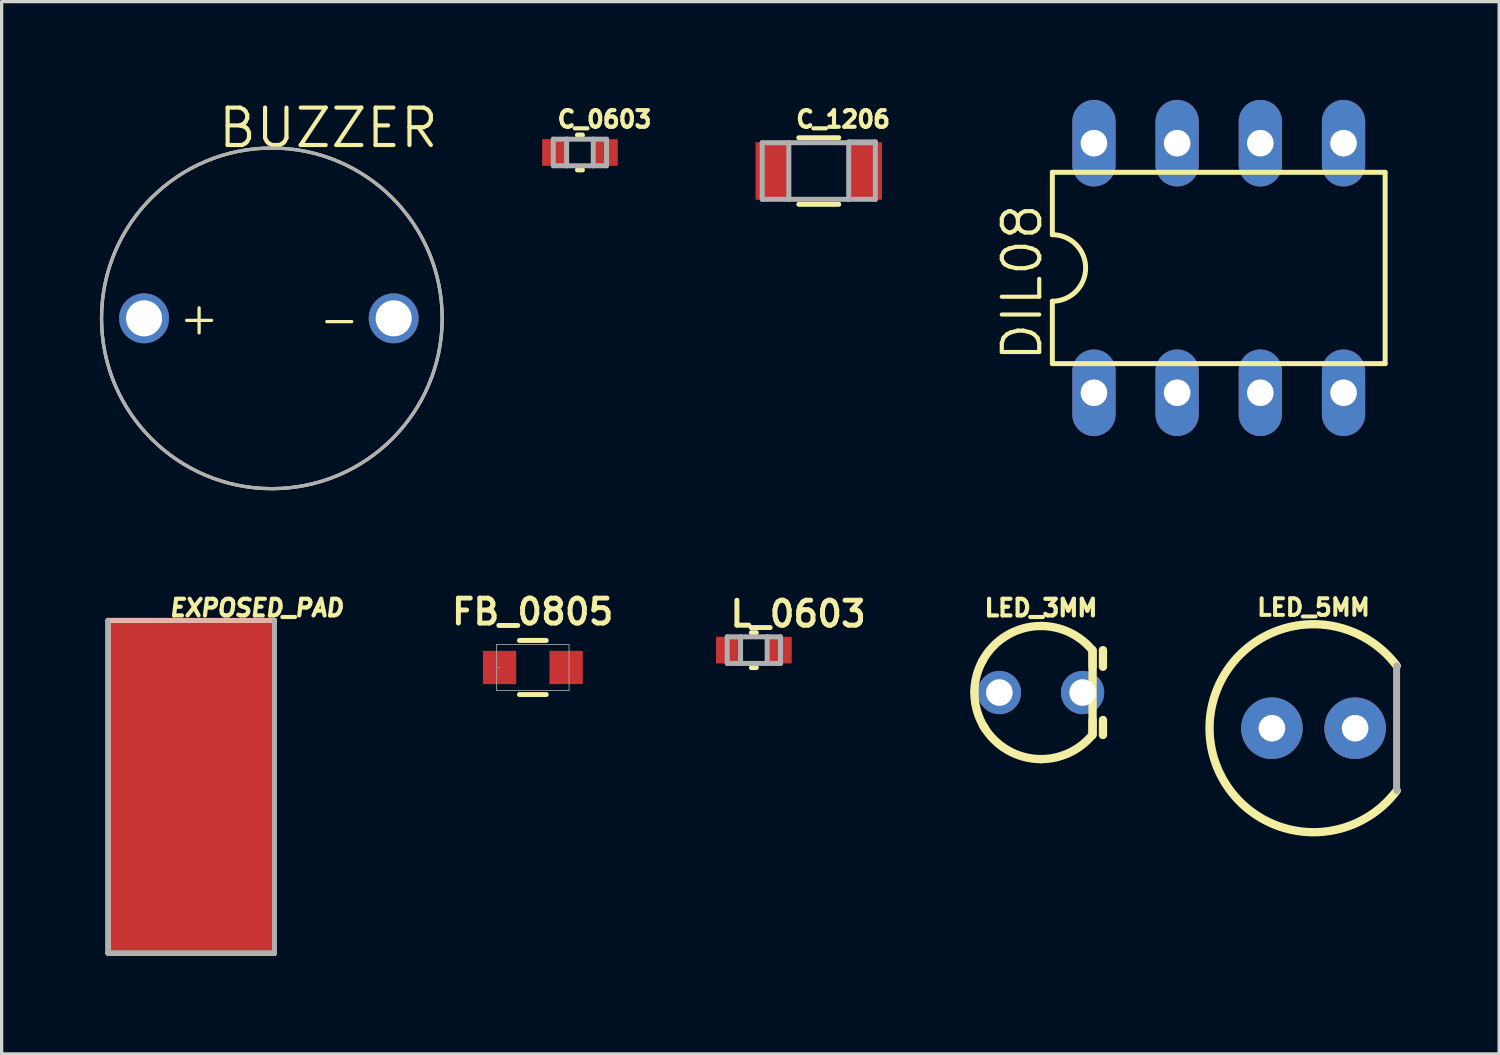
<source format=kicad_pcb>
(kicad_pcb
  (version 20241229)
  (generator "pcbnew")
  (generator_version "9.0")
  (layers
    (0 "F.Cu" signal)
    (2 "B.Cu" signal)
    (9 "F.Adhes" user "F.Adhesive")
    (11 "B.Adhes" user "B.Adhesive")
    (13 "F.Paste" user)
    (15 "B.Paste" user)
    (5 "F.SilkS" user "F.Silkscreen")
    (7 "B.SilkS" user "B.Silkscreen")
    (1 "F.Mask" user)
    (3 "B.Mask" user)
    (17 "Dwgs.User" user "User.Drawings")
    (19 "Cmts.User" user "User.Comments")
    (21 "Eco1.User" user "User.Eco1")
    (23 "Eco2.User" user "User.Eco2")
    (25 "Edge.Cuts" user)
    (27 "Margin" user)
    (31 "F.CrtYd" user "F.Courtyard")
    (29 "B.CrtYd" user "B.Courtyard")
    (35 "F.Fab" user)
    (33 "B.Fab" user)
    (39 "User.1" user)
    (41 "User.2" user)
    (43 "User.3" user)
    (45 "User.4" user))
  (footprint "DIL08"
    (layer "F.Cu")
    (at 34.159 5.131)
    (property "Reference" "DIL08" (at -5.334 2.921 90) (layer "F.SilkS") (effects (font (size 1.143 1.143) (thickness 0.127)) (justify left bottom)))
    (attr through_hole)
    (fp_line (start -5.08 -2.921) (end -5.08 -1.016) (stroke (width 0.152) (type solid)) (layer "F.SilkS"))
    (fp_line (start -5.08 2.921) (end -5.08 1.016) (stroke (width 0.152) (type solid)) (layer "F.SilkS"))
    (fp_line (start -5.08 2.921) (end 5.08 2.921) (stroke (width 0.152) (type solid)) (layer "F.SilkS"))
    (fp_line (start 5.08 -2.921) (end -5.08 -2.921) (stroke (width 0.152) (type solid)) (layer "F.SilkS"))
    (fp_line (start 5.08 -2.921) (end 5.08 2.921) (stroke (width 0.152) (type solid)) (layer "F.SilkS"))
    (fp_arc (start -5.08 -1.016) (mid -4.064 0) (end -5.08 1.016) (stroke (width 0.1524) (type solid)) (layer "F.SilkS"))
    (pad "1" thru_hole oval (at -3.81 3.81 90) (size 2.642 1.321) (drill 0.813) (layers "*.Cu" "*.Mask"))
    (pad "2" thru_hole oval (at -1.27 3.81 90) (size 2.642 1.321) (drill 0.813) (layers "*.Cu" "*.Mask"))
    (pad "3" thru_hole oval (at 1.27 3.81 90) (size 2.642 1.321) (drill 0.813) (layers "*.Cu" "*.Mask"))
    (pad "4" thru_hole oval (at 3.81 3.81 90) (size 2.642 1.321) (drill 0.813) (layers "*.Cu" "*.Mask"))
    (pad "5" thru_hole oval (at 3.81 -3.81 90) (size 2.642 1.321) (drill 0.813) (layers "*.Cu" "*.Mask"))
    (pad "6" thru_hole oval (at 1.27 -3.81 90) (size 2.642 1.321) (drill 0.813) (layers "*.Cu" "*.Mask"))
    (pad "7" thru_hole oval (at -1.27 -3.81 90) (size 2.642 1.321) (drill 0.813) (layers "*.Cu" "*.Mask"))
    (pad "8" thru_hole oval (at -3.81 -3.81 90) (size 2.642 1.321) (drill 0.813) (layers "*.Cu" "*.Mask")))
  (footprint "LED_5MM"
    (layer "F.Cu")
    (at 37.053 19.183)
    (property "Reference" "LED_5MM" (at 0 -3.391 0) (layer "F.SilkS") (effects (font (size 0.508 0.508) (thickness 0.122)) (justify bottom)))
    (attr through_hole)
    (fp_poly (pts (xy -1.111 -0.483) (xy -0.969 -0.408) (xy -0.853 -0.289) (xy -0.763 0.006) (xy -0.79 0.166) (xy -0.862 0.305) (xy -0.974 0.415) (xy -1.115 0.486) (xy -1.261 0.507) (xy -1.27 0.445) (xy -1.278 0.507) (xy -1.423 0.488) (xy -1.564 0.42) (xy -1.68 0.309) (xy -1.779 0.027) (xy -1.757 -0.139) (xy -1.687 -0.286) (xy -1.571 -0.408) (xy -1.275 -0.512)) (stroke (width 0) (type default)) (fill yes) (layer "F.Mask"))
    (fp_poly (pts (xy 1.429 -0.483) (xy 1.571 -0.408) (xy 1.687 -0.289) (xy 1.773 -0.008) (xy 1.712 0.01) (xy 1.775 0.021) (xy 1.75 0.166) (xy 1.678 0.305) (xy 1.566 0.415) (xy 1.425 0.486) (xy 1.279 0.507) (xy 1.27 0.445) (xy 1.262 0.507) (xy 1.117 0.488) (xy 0.976 0.42) (xy 0.86 0.309) (xy 0.761 0.027) (xy 0.783 -0.139) (xy 0.853 -0.286) (xy 0.969 -0.408) (xy 1.265 -0.512)) (stroke (width 0) (type default)) (fill yes) (layer "F.Mask"))
    (fp_poly (pts (xy 1.471 -0.994) (xy 1.663 -0.932) (xy 1.839 -0.835) (xy 1.993 -0.705) (xy 2.119 -0.547) (xy 2.211 -0.368) (xy 2.267 -0.174) (xy 2.283 0.02) (xy 2.22 0.025) (xy 2.283 0.032) (xy 2.262 0.221) (xy 2.203 0.408) (xy 2.109 0.58) (xy 1.983 0.731) (xy 1.83 0.854) (xy 1.656 0.944) (xy 1.467 0.999) (xy 1.278 1.016) (xy 1.272 0.953) (xy 1.267 1.016) (xy 1.077 1) (xy 0.887 0.945) (xy 0.712 0.854) (xy 0.558 0.731) (xy 0.431 0.58) (xy 0.334 0.405) (xy 0.254 0.027) (xy 0.271 -0.177) (xy 0.327 -0.371) (xy 0.42 -0.549) (xy 0.546 -0.707) (xy 0.7 -0.836) (xy 0.88 -0.935) (xy 1.267 -1.017)) (stroke (width 0) (type default)) (fill yes) (layer "B.Mask"))
    (fp_poly (pts (xy -1.069 -0.994) (xy -0.877 -0.932) (xy -0.701 -0.835) (xy -0.547 -0.705) (xy -0.421 -0.547) (xy -0.329 -0.368) (xy -0.273 -0.174) (xy -0.257 0.02) (xy -0.32 0.025) (xy -0.257 0.032) (xy -0.278 0.221) (xy -0.337 0.408) (xy -0.431 0.58) (xy -0.557 0.731) (xy -0.71 0.854) (xy -0.884 0.944) (xy -1.073 0.999) (xy -1.262 1.016) (xy -1.267 0.953) (xy -1.273 1.016) (xy -1.463 1) (xy -1.653 0.945) (xy -1.828 0.854) (xy -1.982 0.731) (xy -2.109 0.58) (xy -2.206 0.405) (xy -2.285 0.036) (xy -2.222 0.023) (xy -2.286 0.017) (xy -2.269 -0.177) (xy -2.213 -0.371) (xy -2.12 -0.549) (xy -1.994 -0.707) (xy -1.84 -0.836) (xy -1.66 -0.935) (xy -1.273 -1.017)) (stroke (width 0) (type default)) (fill yes) (layer "B.Mask"))
    (fp_line (start 2.54 1.905) (end 2.54 -1.905) (stroke (width 0.203) (type solid)) (layer "F.SilkS"))
    (fp_arc (start 2.54 1.905) (mid -3.174998 0) (end 2.54 -1.905) (stroke (width 0.254) (type solid)) (layer "F.SilkS"))
    (fp_line (start 2.54 1.905) (end 2.54 -1.905) (stroke (width 0.203) (type solid)) (layer "F.Fab"))
    (pad "A" thru_hole circle (at -1.27 0) (size 1.88 1.88) (drill 0.813) (layers "*.Cu"))
    (pad "K" thru_hole circle (at 1.27 0) (size 1.88 1.88) (drill 0.813) (layers "*.Cu")))
  (footprint "FB_0805"
    (layer "F.Cu")
    (at 13.218 17.329)
    (property "Reference" "FB_0805" (at -0.005 -1.701 0) (unlocked yes) (layer "F.SilkS") (effects (font (size 0.762 0.762) (thickness 0.15))))
    (attr smd)
    (fp_line (start -0.408 0.826) (end 0.408 0.826) (stroke (width 0.152) (type solid)) (layer "F.SilkS"))
    (fp_line (start 0.408 -0.826) (end -0.408 -0.826) (stroke (width 0.152) (type solid)) (layer "F.SilkS"))
    (fp_line (start -1.105 -0.699) (end -1.105 0.699) (stroke (width 0.025) (type solid)) (layer "F.Fab"))
    (fp_line (start -1.105 0.699) (end 1.105 0.699) (stroke (width 0.025) (type solid)) (layer "F.Fab"))
    (fp_line (start 1.105 -0.699) (end -1.105 -0.699) (stroke (width 0.025) (type solid)) (layer "F.Fab"))
    (fp_line (start 1.105 0.699) (end 1.105 -0.699) (stroke (width 0.025) (type solid)) (layer "F.Fab"))
    (fp_circle (center -1.029 0) (end -1.029 0) (stroke (width 0.025) (type solid)) (fill no) (layer "F.Fab"))
    (pad "1" smd rect (at -1.016 0) (size 1.016 1.016) (layers "F.Cu" "F.Mask" "F.Paste"))
    (pad "2" smd rect (at 1.016 0) (size 1.016 1.016) (layers "F.Cu" "F.Mask" "F.Paste")))
  (footprint "EXPOSED_PAD"
    (layer "F.Cu")
    (at 0.25 15.891)
    (property "Reference" "EXPOSED_PAD" (at 1.812 -0.083 0) (layer "F.SilkS") (effects (font (size 0.508 0.508) (thickness 0.127) (italic yes)) (justify left bottom)))
    (attr smd)
    (fp_line (start 0 0) (end 0 10.16) (stroke (width 0.152) (type solid)) (layer "F.SilkS"))
    (fp_line (start 5.08 0) (end 0 0) (stroke (width 0.152) (type solid)) (layer "F.SilkS"))
    (fp_line (start 5.08 0) (end 5.08 10.16) (stroke (width 0.152) (type solid)) (layer "F.SilkS"))
    (fp_line (start 5.08 10.16) (end 0 10.16) (stroke (width 0.152) (type solid)) (layer "F.SilkS"))
    (fp_line (start 0 0) (end 0 10.16) (stroke (width 0.152) (type solid)) (layer "B.SilkS"))
    (fp_line (start 5.08 0) (end 0 0) (stroke (width 0.152) (type solid)) (layer "B.SilkS"))
    (fp_line (start 5.08 0) (end 5.08 10.16) (stroke (width 0.152) (type solid)) (layer "B.SilkS"))
    (fp_line (start 5.08 10.16) (end 0 10.16) (stroke (width 0.152) (type solid)) (layer "B.SilkS"))
    (fp_line (start 0 0) (end 0 10.16) (stroke (width 0.152) (type solid)) (layer "F.Fab"))
    (fp_line (start 5.08 0) (end 5.08 10.16) (stroke (width 0.152) (type solid)) (layer "F.Fab"))
    (fp_line (start 5.08 10.16) (end 0 10.16) (stroke (width 0.152) (type solid)) (layer "F.Fab"))
    (pad "1" smd rect (at 2.54 5.08) (size 5 10) (layers "F.Cu" "F.Mask" "F.Paste")))
  (footprint "C_1206"
    (layer "F.Cu")
    (at 21.948 2.171)
    (property "Reference" "C_1206" (at -0.756 -1.282 0) (layer "F.SilkS") (effects (font (size 0.508 0.508) (thickness 0.127)) (justify left bottom)))
    (attr smd)
    (fp_line (start -0.61 1.016) (end 0.61 1.016) (stroke (width 0.152) (type solid)) (layer "F.SilkS"))
    (fp_line (start 0.61 -1.016) (end -0.61 -1.016) (stroke (width 0.152) (type solid)) (layer "F.SilkS"))
    (fp_line (start -1.727 -0.864) (end -1.727 0.864) (stroke (width 0.152) (type solid)) (layer "F.Fab"))
    (fp_line (start -1.727 0.864) (end -0.914 0.864) (stroke (width 0.152) (type solid)) (layer "F.Fab"))
    (fp_line (start -0.914 -0.864) (end -1.727 -0.864) (stroke (width 0.152) (type solid)) (layer "F.Fab"))
    (fp_line (start -0.914 0.864) (end -0.914 -0.864) (stroke (width 0.152) (type solid)) (layer "F.Fab"))
    (fp_line (start -0.914 0.864) (end 0.914 0.864) (stroke (width 0.152) (type solid)) (layer "F.Fab"))
    (fp_line (start 0.914 -0.889) (end 0.914 0.864) (stroke (width 0.152) (type solid)) (layer "F.Fab"))
    (fp_line (start 0.914 0.864) (end 1.727 0.864) (stroke (width 0.152) (type solid)) (layer "F.Fab"))
    (fp_line (start 1.727 -0.889) (end 0.914 -0.889) (stroke (width 0.152) (type solid)) (layer "F.Fab"))
    (fp_line (start 1.727 -0.864) (end -0.914 -0.864) (stroke (width 0.152) (type solid)) (layer "F.Fab"))
    (fp_line (start 1.727 -0.864) (end 1.727 -0.889) (stroke (width 0.152) (type solid)) (layer "F.Fab"))
    (fp_line (start 1.727 0.864) (end 1.727 -0.864) (stroke (width 0.152) (type solid)) (layer "F.Fab"))
    (pad "1" smd rect (at -1.422 0) (size 1.016 1.753) (layers "F.Cu" "F.Mask" "F.Paste"))
    (pad "2" smd rect (at 1.422 0) (size 1.016 1.753) (layers "F.Cu" "F.Mask" "F.Paste")))
  (footprint "BUZZER"
    (layer "F.Cu")
    (at 1.349 6.669)
    (property "Reference" "BUZZER" (at 2.195 -5.145 0) (layer "F.SilkS") (effects (font (size 1.143 1.143) (thickness 0.127)) (justify left bottom)))
    (attr through_hole)
    (fp_circle (center 3.901 0) (end 9.101 0) (stroke (width 0.1) (type default)) (fill no) (layer "F.SilkS"))
    (fp_circle (center 3.901 0) (end 9.101 0) (stroke (width 0.1) (type default)) (fill no) (layer "F.Fab"))
    (fp_text user "-" (at 5.275 0.609 0) (unlocked yes) (layer "F.SilkS") (effects (font (size 1 1) (thickness 0.1)) (justify left bottom)))
    (fp_text user "+" (at 0.995 0.57 0) (unlocked yes) (layer "F.SilkS") (effects (font (size 1 1) (thickness 0.1)) (justify left bottom)))
    (pad "1" thru_hole circle (at 0 0 90) (size 1.524 1.524) (drill 1.1) (layers "*.Cu" "*.Mask"))
    (pad "2" thru_hole circle (at 7.62 0 90) (size 1.524 1.524) (drill 1.1) (layers "*.Cu" "*.Mask")))
  (footprint "L_0603"
    (layer "F.Cu")
    (at 19.966 16.799)
    (property "Reference" "L_0603" (at -0.799 -0.661 0) (layer "F.SilkS") (effects (font (size 0.762 0.762) (thickness 0.152) (bold yes)) (justify left bottom)))
    (attr smd)
    (fp_line (start -0.076 0.533) (end 0.076 0.533) (stroke (width 0.152) (type solid)) (layer "F.SilkS"))
    (fp_line (start 0.076 -0.533) (end -0.076 -0.533) (stroke (width 0.152) (type solid)) (layer "F.SilkS"))
    (fp_line (start -0.813 -0.406) (end -0.813 0.406) (stroke (width 0.152) (type solid)) (layer "F.Fab"))
    (fp_line (start -0.813 0.406) (end -0.406 0.406) (stroke (width 0.152) (type solid)) (layer "F.Fab"))
    (fp_line (start -0.406 -0.406) (end -0.813 -0.406) (stroke (width 0.152) (type solid)) (layer "F.Fab"))
    (fp_line (start -0.406 0.406) (end -0.406 -0.406) (stroke (width 0.152) (type solid)) (layer "F.Fab"))
    (fp_line (start -0.406 0.406) (end 0.406 0.406) (stroke (width 0.152) (type solid)) (layer "F.Fab"))
    (fp_line (start 0.406 -0.406) (end -0.406 -0.406) (stroke (width 0.152) (type solid)) (layer "F.Fab"))
    (fp_line (start 0.406 -0.406) (end 0.406 0.406) (stroke (width 0.152) (type solid)) (layer "F.Fab"))
    (fp_line (start 0.406 0.406) (end 0.813 0.406) (stroke (width 0.152) (type solid)) (layer "F.Fab"))
    (fp_line (start 0.813 -0.406) (end 0.406 -0.406) (stroke (width 0.152) (type solid)) (layer "F.Fab"))
    (fp_line (start 0.813 0.406) (end 0.813 -0.406) (stroke (width 0.152) (type solid)) (layer "F.Fab"))
    (pad "1" smd rect (at -0.775 0) (size 0.762 0.813) (layers "F.Cu" "F.Mask" "F.Paste"))
    (pad "2" smd rect (at 0.775 0) (size 0.762 0.813) (layers "F.Cu" "F.Mask" "F.Paste")))
  (footprint "C_0603"
    (layer "F.Cu")
    (at 14.656 1.605)
    (property "Reference" "C_0603" (at -0.748 -0.716 0) (layer "F.SilkS") (effects (font (size 0.508 0.508) (thickness 0.127)) (justify left bottom)))
    (attr smd)
    (fp_line (start -0.076 0.533) (end 0.076 0.533) (stroke (width 0.152) (type solid)) (layer "F.SilkS"))
    (fp_line (start 0.076 -0.533) (end -0.076 -0.533) (stroke (width 0.152) (type solid)) (layer "F.SilkS"))
    (fp_line (start -0.813 -0.406) (end -0.813 0.406) (stroke (width 0.152) (type solid)) (layer "F.Fab"))
    (fp_line (start -0.813 0.406) (end -0.406 0.406) (stroke (width 0.152) (type solid)) (layer "F.Fab"))
    (fp_line (start -0.406 -0.406) (end -0.813 -0.406) (stroke (width 0.152) (type solid)) (layer "F.Fab"))
    (fp_line (start -0.406 0.406) (end -0.406 -0.406) (stroke (width 0.152) (type solid)) (layer "F.Fab"))
    (fp_line (start -0.406 0.406) (end 0.406 0.406) (stroke (width 0.152) (type solid)) (layer "F.Fab"))
    (fp_line (start 0.406 -0.406) (end -0.406 -0.406) (stroke (width 0.152) (type solid)) (layer "F.Fab"))
    (fp_line (start 0.406 -0.406) (end 0.406 0.406) (stroke (width 0.152) (type solid)) (layer "F.Fab"))
    (fp_line (start 0.406 0.406) (end 0.813 0.406) (stroke (width 0.152) (type solid)) (layer "F.Fab"))
    (fp_line (start 0.813 -0.406) (end 0.406 -0.406) (stroke (width 0.152) (type solid)) (layer "F.Fab"))
    (fp_line (start 0.813 0.406) (end 0.813 -0.406) (stroke (width 0.152) (type solid)) (layer "F.Fab"))
    (pad "1" smd rect (at -0.775 0) (size 0.762 0.813) (layers "F.Cu" "F.Mask" "F.Paste"))
    (pad "2" smd rect (at 0.775 0) (size 0.762 0.813) (layers "F.Cu" "F.Mask" "F.Paste")))
  (footprint "LED_3MM"
    (layer "F.Cu")
    (at 28.732 18.094)
    (property "Reference" "LED_3MM" (at 0 -2.286 0) (layer "F.SilkS") (effects (font (size 0.508 0.508) (thickness 0.127)) (justify bottom)))
    (attr through_hole)
    (fp_line (start 1.575 -1.295) (end 1.575 -0.787) (stroke (width 0.254) (type solid)) (layer "F.SilkS"))
    (fp_line (start 1.575 1.27) (end 1.575 -1.27) (stroke (width 0.254) (type solid)) (layer "F.SilkS"))
    (fp_line (start 1.575 1.295) (end 1.575 0.838) (stroke (width 0.254) (type solid)) (layer "F.SilkS"))
    (fp_line (start 1.892 -1.295) (end 1.892 -0.787) (stroke (width 0.254) (type solid)) (layer "F.SilkS"))
    (fp_line (start 1.892 1.295) (end 1.892 0.838) (stroke (width 0.254) (type solid)) (layer "F.SilkS"))
    (fp_arc (start -2.032 0) (mid -1.970339 -0.496774) (end -1.7891 -0.9634) (stroke (width 0.254) (type solid)) (layer "F.SilkS"))
    (fp_arc (start -1.7929 -0.9562) (mid -1.045438 -1.7424) (end 0 -2.032) (stroke (width 0.254) (type solid)) (layer "F.SilkS"))
    (fp_arc (start -1.7306 1.065) (mid -1.95521 0.553417) (end -2.032 0) (stroke (width 0.254) (type solid)) (layer "F.SilkS"))
    (fp_arc (start 0 -2.032) (mid 0.861864 -1.840173) (end 1.561 -1.3009) (stroke (width 0.254) (type solid)) (layer "F.SilkS"))
    (fp_arc (start 0 2.032) (mid -1.019924 1.757524) (end -1.7643 1.0082) (stroke (width 0.254) (type solid)) (layer "F.SilkS"))
    (fp_arc (start 1.5512 1.3126) (mid 0.854953 1.843405) (end 0 2.032) (stroke (width 0.254) (type solid)) (layer "F.SilkS"))
    (pad "A" thru_hole circle (at -1.27 0) (size 1.321 1.321) (drill 0.813) (layers "*.Cu" "*.Mask"))
    (pad "K" thru_hole circle (at 1.27 0) (size 1.321 1.321) (drill 0.813) (layers "*.Cu" "*.Mask")))
  (gr_rect
    (start -3 -3)
    (end 42.72 29.127)
    (stroke (width 0.1) (type default))
    (fill no)
    (layer "Edge.Cuts")))
</source>
